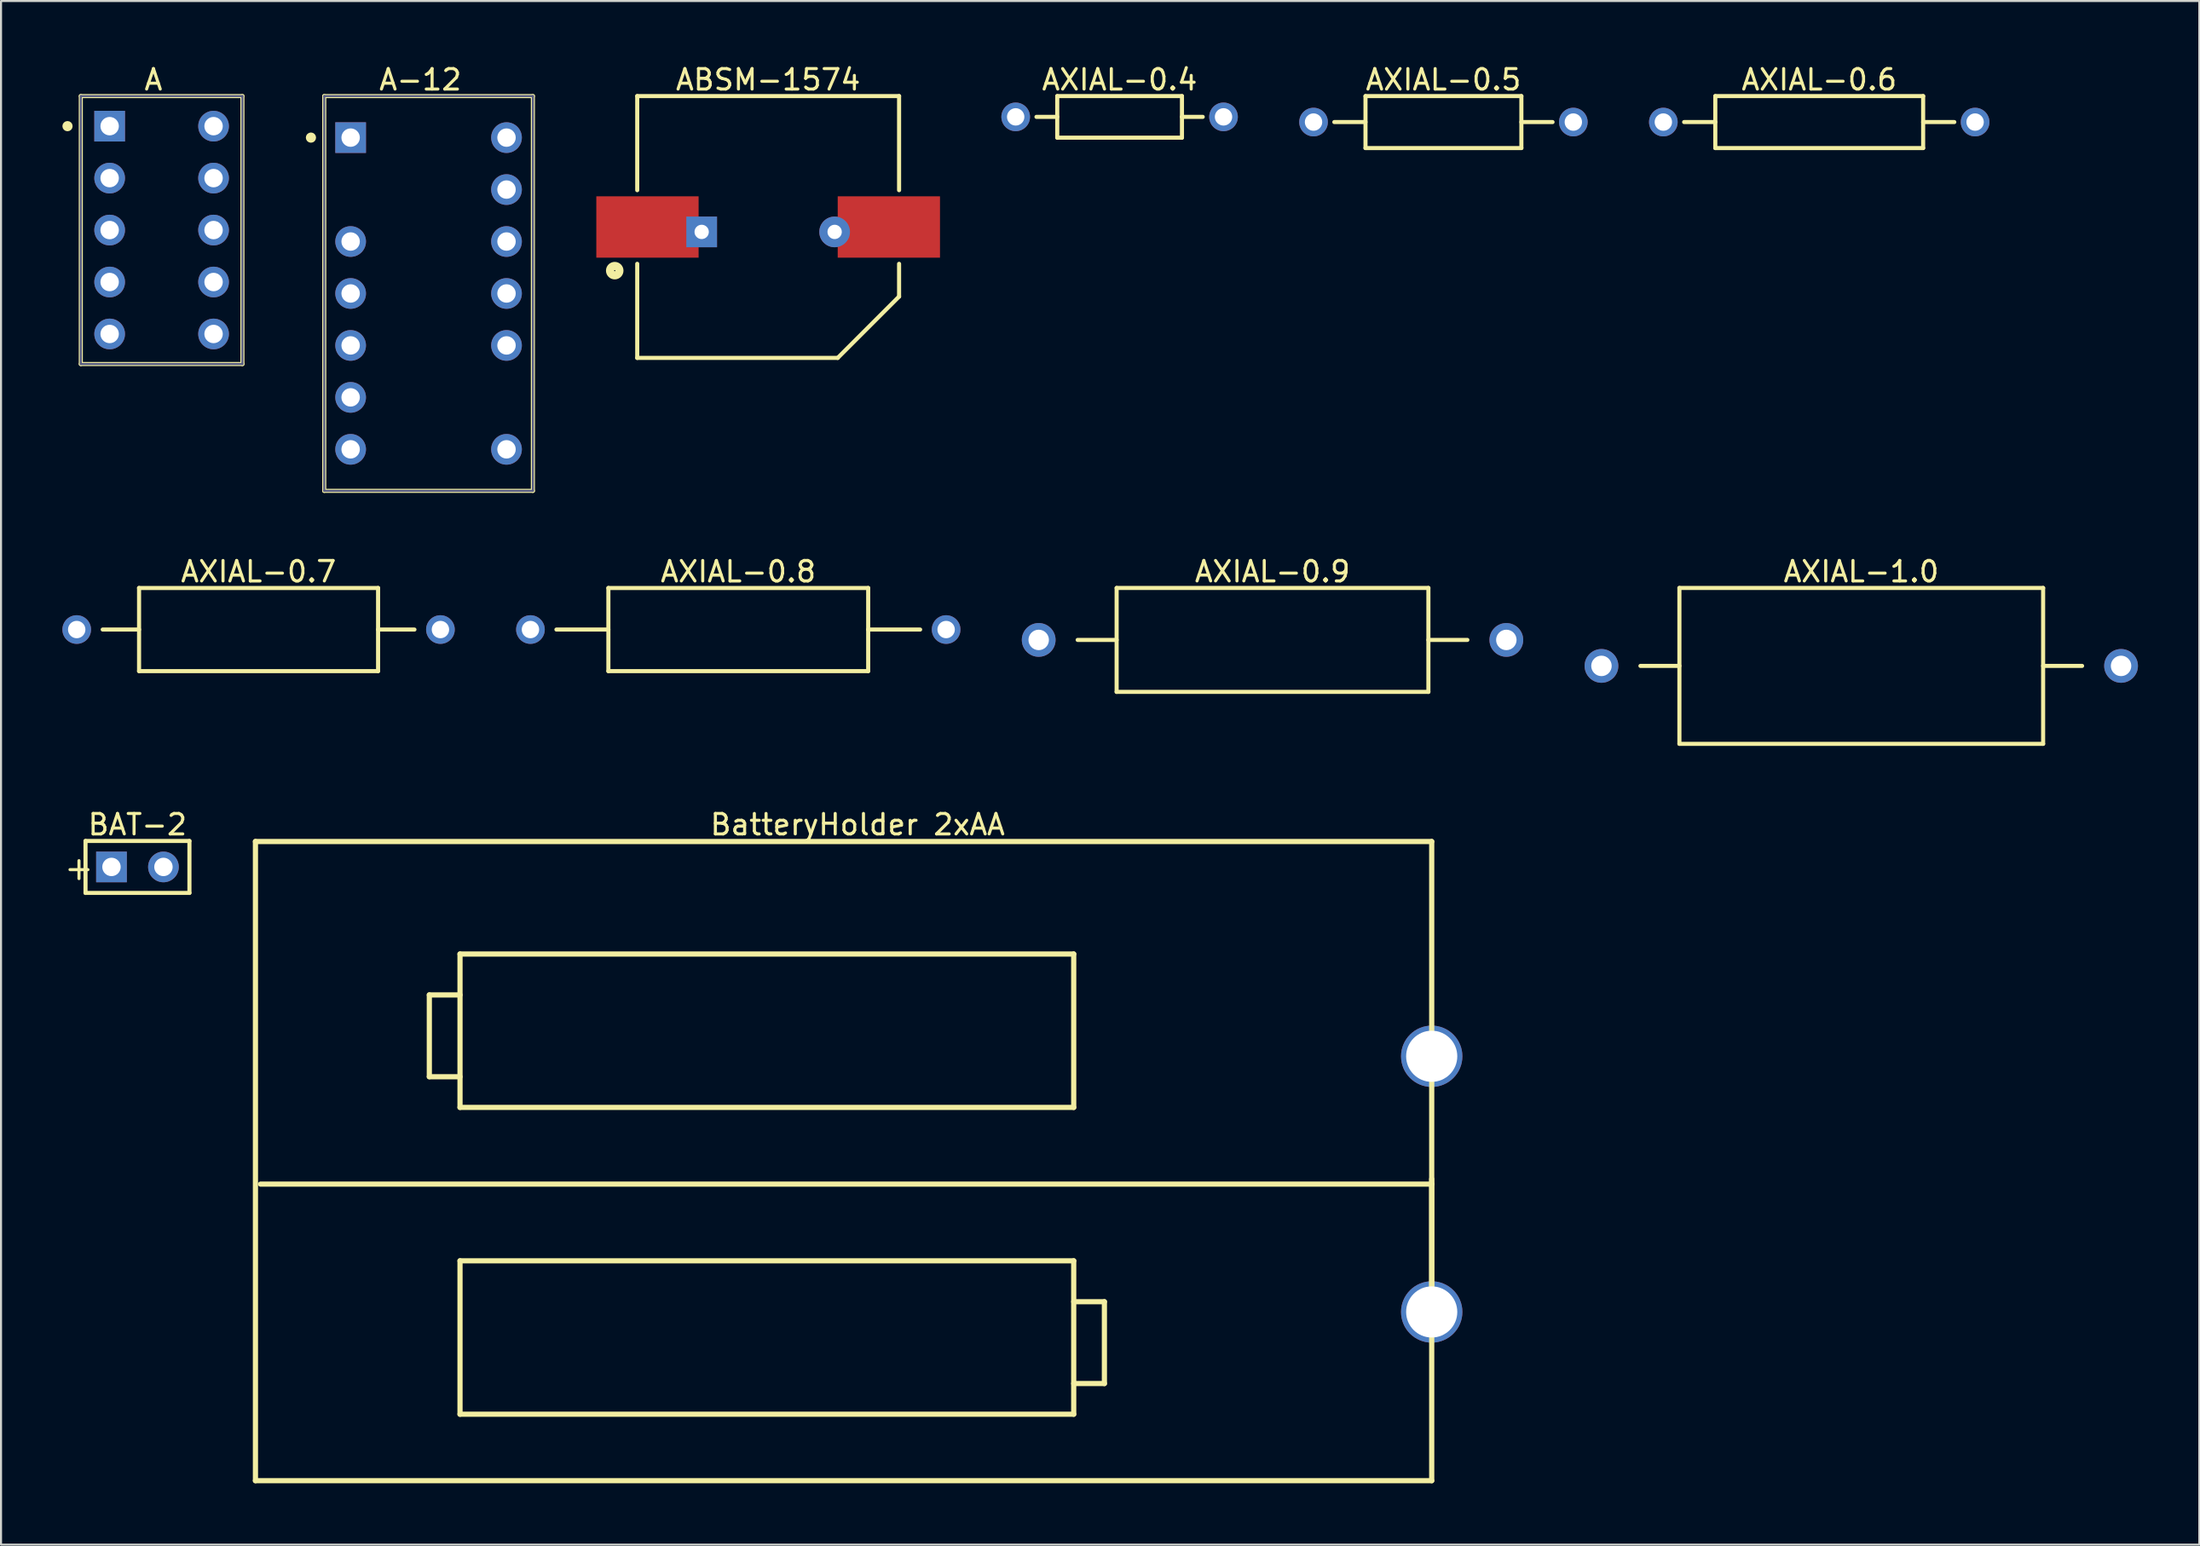
<source format=kicad_pcb>
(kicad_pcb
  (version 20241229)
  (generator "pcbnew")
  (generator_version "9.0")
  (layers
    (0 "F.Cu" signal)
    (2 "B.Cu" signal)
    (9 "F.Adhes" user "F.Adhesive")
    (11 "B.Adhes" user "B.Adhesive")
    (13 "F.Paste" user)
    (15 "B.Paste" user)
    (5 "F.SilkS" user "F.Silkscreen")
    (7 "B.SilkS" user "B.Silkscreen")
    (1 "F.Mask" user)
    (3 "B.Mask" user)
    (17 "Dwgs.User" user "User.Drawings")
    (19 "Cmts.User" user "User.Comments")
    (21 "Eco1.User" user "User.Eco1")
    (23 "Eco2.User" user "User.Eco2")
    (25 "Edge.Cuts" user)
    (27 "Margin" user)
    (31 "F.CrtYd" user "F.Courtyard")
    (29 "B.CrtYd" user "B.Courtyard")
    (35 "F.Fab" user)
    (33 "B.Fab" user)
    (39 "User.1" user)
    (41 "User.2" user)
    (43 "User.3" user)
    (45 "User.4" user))
  (footprint "AXIAL-0.4"
    (layer "F.Cu")
    (at 51.68 2.664)
    (property "Reference" "AXIAL-0.4" (at 0 -1.816 0) (layer "F.SilkS") (effects (font (size 1 1) (thickness 0.15))))
    (fp_line (start -4.064 0) (end -3.048 0) (stroke (width 0.2) (type solid)) (layer "F.SilkS"))
    (fp_line (start -3.048 -1.016) (end 3.048 -1.016) (stroke (width 0.2) (type solid)) (layer "F.SilkS"))
    (fp_line (start -3.048 1.016) (end -3.048 -1.016) (stroke (width 0.2) (type solid)) (layer "F.SilkS"))
    (fp_line (start -3.048 1.016) (end 3.048 1.016) (stroke (width 0.2) (type solid)) (layer "F.SilkS"))
    (fp_line (start 3.048 0) (end 4.064 0) (stroke (width 0.2) (type solid)) (layer "F.SilkS"))
    (fp_line (start 3.048 1.016) (end 3.048 -1.016) (stroke (width 0.2) (type solid)) (layer "F.SilkS"))
    (pad "1" thru_hole circle (at -5.08 0) (size 1.4 1.4) (drill 0.85) (layers "*.Cu" "*.Mask"))
    (pad "2" thru_hole circle (at 5.08 0) (size 1.4 1.4) (drill 0.85) (layers "*.Cu" "*.Mask")))
  (footprint "AXIAL-0.7"
    (layer "F.Cu")
    (at 9.59 27.729)
    (property "Reference" "AXIAL-0.7" (at 0 -2.832 0) (layer "F.SilkS") (effects (font (size 1 1) (thickness 0.15))))
    (fp_line (start -7.62 0) (end -5.842 0) (stroke (width 0.2) (type solid)) (layer "F.SilkS"))
    (fp_line (start -5.842 -2.032) (end 5.842 -2.032) (stroke (width 0.2) (type solid)) (layer "F.SilkS"))
    (fp_line (start -5.842 2.032) (end -5.842 -2.032) (stroke (width 0.2) (type solid)) (layer "F.SilkS"))
    (fp_line (start -5.842 2.032) (end 5.842 2.032) (stroke (width 0.2) (type solid)) (layer "F.SilkS"))
    (fp_line (start 5.842 0) (end 7.62 0) (stroke (width 0.2) (type solid)) (layer "F.SilkS"))
    (fp_line (start 5.842 2.032) (end 5.842 -2.032) (stroke (width 0.2) (type solid)) (layer "F.SilkS"))
    (pad "1" thru_hole circle (at -8.89 0) (size 1.4 1.4) (drill 0.85) (layers "*.Cu" "*.Mask"))
    (pad "2" thru_hole circle (at 8.89 0) (size 1.4 1.4) (drill 0.85) (layers "*.Cu" "*.Mask")))
  (footprint "AXIAL-0.9"
    (layer "F.Cu")
    (at 59.155 28.236)
    (property "Reference" "AXIAL-0.9" (at 0 -3.34 0) (layer "F.SilkS") (effects (font (size 1 1) (thickness 0.15))))
    (fp_line (start -9.525 0) (end -7.62 0) (stroke (width 0.2) (type solid)) (layer "F.SilkS"))
    (fp_line (start -7.62 -2.54) (end 7.62 -2.54) (stroke (width 0.2) (type solid)) (layer "F.SilkS"))
    (fp_line (start -7.62 2.54) (end -7.62 -2.54) (stroke (width 0.2) (type solid)) (layer "F.SilkS"))
    (fp_line (start -7.62 2.54) (end 7.62 2.54) (stroke (width 0.2) (type solid)) (layer "F.SilkS"))
    (fp_line (start 7.62 0) (end 9.525 0) (stroke (width 0.2) (type solid)) (layer "F.SilkS"))
    (fp_line (start 7.62 2.54) (end 7.62 -2.54) (stroke (width 0.2) (type solid)) (layer "F.SilkS"))
    (pad "1" thru_hole circle (at -11.43 0) (size 1.65 1.65) (drill 1) (layers "*.Cu" "*.Mask"))
    (pad "2" thru_hole circle (at 11.43 0) (size 1.65 1.65) (drill 1) (layers "*.Cu" "*.Mask")))
  (footprint "AXIAL-0.8"
    (layer "F.Cu")
    (at 33.04 27.729)
    (property "Reference" "AXIAL-0.8" (at 0 -2.832 0) (layer "F.SilkS") (effects (font (size 1 1) (thickness 0.15))))
    (fp_line (start -8.89 0) (end -6.35 0) (stroke (width 0.2) (type solid)) (layer "F.SilkS"))
    (fp_line (start -6.35 -2.032) (end 6.35 -2.032) (stroke (width 0.2) (type solid)) (layer "F.SilkS"))
    (fp_line (start -6.35 2.032) (end -6.35 -2.032) (stroke (width 0.2) (type solid)) (layer "F.SilkS"))
    (fp_line (start -6.35 2.032) (end 6.35 2.032) (stroke (width 0.2) (type solid)) (layer "F.SilkS"))
    (fp_line (start 6.35 0) (end 8.89 0) (stroke (width 0.2) (type solid)) (layer "F.SilkS"))
    (fp_line (start 6.35 2.032) (end 6.35 -2.032) (stroke (width 0.2) (type solid)) (layer "F.SilkS"))
    (pad "1" thru_hole circle (at -10.16 0) (size 1.4 1.4) (drill 0.85) (layers "*.Cu" "*.Mask"))
    (pad "2" thru_hole circle (at 10.16 0) (size 1.4 1.4) (drill 0.85) (layers "*.Cu" "*.Mask")))
  (footprint "BAT-2"
    (layer "F.Cu")
    (at 3.67 39.335)
    (property "Reference" "BAT-2" (at 0 -2.07 0) (layer "F.SilkS") (effects (font (size 1 1) (thickness 0.15))))
    (fp_line (start -2.54 -1.27) (end 2.54 -1.27) (stroke (width 0.2) (type solid)) (layer "F.SilkS"))
    (fp_line (start -2.54 1.27) (end -2.54 -1.27) (stroke (width 0.2) (type solid)) (layer "F.SilkS"))
    (fp_line (start -2.54 1.27) (end 2.54 1.27) (stroke (width 0.2) (type solid)) (layer "F.SilkS"))
    (fp_line (start 2.54 1.27) (end 2.54 -1.27) (stroke (width 0.2) (type solid)) (layer "F.SilkS"))
    (fp_text user "+" (at -3.67 0.718 0) (unlocked yes) (layer "F.SilkS") (effects (font (size 1.15 1.15) (thickness 0.15)) (justify left bottom)))
    (pad "1" thru_hole rect (at -1.27 0) (size 1.5 1.5) (drill 0.9) (layers "*.Cu" "*.Mask"))
    (pad "2" thru_hole circle (at 1.27 0) (size 1.5 1.5) (drill 0.9) (layers "*.Cu" "*.Mask")))
  (footprint "A"
    (layer "F.Cu")
    (at 4.85 8.198)
    (property "Reference" "A" (at -0.4 -7.35 0) (layer "F.SilkS") (effects (font (size 1 1) (thickness 0.15))))
    (fp_line (start -3.95 -6.55) (end 3.95 -6.55) (stroke (width 0.2) (type solid)) (layer "F.SilkS"))
    (fp_line (start -3.95 6.55) (end -3.95 -6.55) (stroke (width 0.2) (type solid)) (layer "F.SilkS"))
    (fp_line (start -3.95 6.55) (end 3.95 6.55) (stroke (width 0.2) (type solid)) (layer "F.SilkS"))
    (fp_line (start 3.95 6.55) (end 3.95 -6.55) (stroke (width 0.2) (type solid)) (layer "F.SilkS"))
    (fp_circle (center -4.6 -5.08) (end -4.6 -5.205) (stroke (width 0.25) (type solid)) (fill no) (layer "F.SilkS"))
    (fp_line (start -3.95 -6.55) (end 3.95 -6.55) (stroke (width 0.1) (type solid)) (layer "B.Fab"))
    (fp_line (start -3.95 6.55) (end -3.95 -6.55) (stroke (width 0.1) (type solid)) (layer "B.Fab"))
    (fp_line (start -3.95 6.55) (end 3.95 6.55) (stroke (width 0.1) (type solid)) (layer "B.Fab"))
    (fp_line (start 3.95 6.55) (end 3.95 -6.55) (stroke (width 0.1) (type solid)) (layer "B.Fab"))
    (fp_line (start -2.19 2.69) (end -1.81 0.52) (stroke (width 0.762) (type solid)) (layer "User.1"))
    (fp_line (start -1.58 -0.76) (end -1.22 -2.84) (stroke (width 0.762) (type solid)) (layer "User.1"))
    (fp_line (start -1.56 3.43) (end 0.36 3.43) (stroke (width 0.762) (type solid)) (layer "User.1"))
    (fp_line (start -1.004 0) (end 1.004 0) (stroke (width 0.762) (type solid)) (layer "User.1"))
    (fp_line (start -0.34 -3.43) (end 1.55 -3.43) (stroke (width 0.762) (type solid)) (layer "User.1"))
    (fp_line (start 1.22 2.89) (end 1.59 0.76) (stroke (width 0.762) (type solid)) (layer "User.1"))
    (fp_line (start 1.82 -0.56) (end 2.2 -2.69) (stroke (width 0.762) (type solid)) (layer "User.1"))
    (fp_circle (center 2.97 3.38) (end 2.97 3.23) (stroke (width 0.86) (type solid)) (fill no) (layer "User.1"))
    (pad "1" thru_hole rect (at -2.54 -5.08) (size 1.5 1.5) (drill 0.9) (layers "*.Cu" "*.Mask"))
    (pad "2" thru_hole circle (at -2.54 -2.54) (size 1.5 1.5) (drill 0.9) (layers "*.Cu" "*.Mask"))
    (pad "3" thru_hole circle (at -2.54 0) (size 1.5 1.5) (drill 0.9) (layers "*.Cu" "*.Mask"))
    (pad "4" thru_hole circle (at -2.54 2.54) (size 1.5 1.5) (drill 0.9) (layers "*.Cu" "*.Mask"))
    (pad "5" thru_hole circle (at -2.54 5.08) (size 1.5 1.5) (drill 0.9) (layers "*.Cu" "*.Mask"))
    (pad "6" thru_hole circle (at 2.54 5.08) (size 1.5 1.5) (drill 0.9) (layers "*.Cu" "*.Mask"))
    (pad "7" thru_hole circle (at 2.54 2.54) (size 1.5 1.5) (drill 0.9) (layers "*.Cu" "*.Mask"))
    (pad "8" thru_hole circle (at 2.54 0) (size 1.5 1.5) (drill 0.9) (layers "*.Cu" "*.Mask"))
    (pad "9" thru_hole circle (at 2.54 -2.54) (size 1.5 1.5) (drill 0.9) (layers "*.Cu" "*.Mask"))
    (pad "10" thru_hole circle (at 2.54 -5.08) (size 1.5 1.5) (drill 0.9) (layers "*.Cu" "*.Mask")))
  (footprint "ABSM-1574"
    (layer "F.Cu")
    (at 28.6 8.048)
    (property "Reference" "ABSM-1574" (at 5.9 -7.2 0) (layer "F.SilkS") (effects (font (size 1 1) (thickness 0.15))))
    (fp_line (start -0.5 -6.4) (end 12.3 -6.4) (stroke (width 0.2) (type solid)) (layer "F.SilkS"))
    (fp_line (start -0.5 -1.8) (end -0.5 -6.4) (stroke (width 0.2) (type solid)) (layer "F.SilkS"))
    (fp_line (start -0.5 6.4) (end -0.5 1.8) (stroke (width 0.2) (type solid)) (layer "F.SilkS"))
    (fp_line (start -0.5 6.4) (end 9.3 6.4) (stroke (width 0.2) (type solid)) (layer "F.SilkS"))
    (fp_line (start 9.3 6.4) (end 12.3 3.4) (stroke (width 0.2) (type solid)) (layer "F.SilkS"))
    (fp_line (start 12.3 -1.8) (end 12.3 -6.4) (stroke (width 0.2) (type solid)) (layer "F.SilkS"))
    (fp_line (start 12.3 3.4) (end 12.3 1.8) (stroke (width 0.2) (type solid)) (layer "F.SilkS"))
    (fp_circle (center -1.6 2.134) (end -1.6 1.906) (stroke (width 0.4) (type solid)) (fill no) (layer "F.SilkS"))
    (pad "1" smd rect (at 0 0 90) (size 3 5) (layers "F.Cu" "F.Mask" "F.Paste"))
    (pad "1A" thru_hole rect (at 2.65 0.24) (size 1.5 1.5) (drill 0.7) (layers "*.Cu" "*.Mask"))
    (pad "2" smd rect (at 11.8 0 90) (size 3 5) (layers "F.Cu" "F.Mask" "F.Paste"))
    (pad "2A" thru_hole circle (at 9.15 0.24) (size 1.5 1.5) (drill 0.7) (layers "*.Cu" "*.Mask")))
  (footprint "AXIAL-1.0"
    (layer "F.Cu")
    (at 87.935 29.506)
    (property "Reference" "AXIAL-1.0" (at 0 -4.61 0) (layer "F.SilkS") (effects (font (size 1 1) (thickness 0.15))))
    (fp_line (start -10.795 0) (end -8.89 0) (stroke (width 0.2) (type solid)) (layer "F.SilkS"))
    (fp_line (start -8.89 -3.81) (end 8.89 -3.81) (stroke (width 0.2) (type solid)) (layer "F.SilkS"))
    (fp_line (start -8.89 3.81) (end -8.89 -3.81) (stroke (width 0.2) (type solid)) (layer "F.SilkS"))
    (fp_line (start -8.89 3.81) (end 8.89 3.81) (stroke (width 0.2) (type solid)) (layer "F.SilkS"))
    (fp_line (start 8.89 0) (end 10.795 0) (stroke (width 0.2) (type solid)) (layer "F.SilkS"))
    (fp_line (start 8.89 3.81) (end 8.89 -3.81) (stroke (width 0.2) (type solid)) (layer "F.SilkS"))
    (pad "1" thru_hole circle (at -12.7 0) (size 1.65 1.65) (drill 1) (layers "*.Cu" "*.Mask"))
    (pad "2" thru_hole circle (at 12.7 0) (size 1.65 1.65) (drill 1) (layers "*.Cu" "*.Mask")))
  (footprint "BatteryHolder 2xAA"
    (layer "F.Cu")
    (at 66.937 48.592)
    (property "Reference" "BatteryHolder 2xAA" (at -28.064 -11.327 0) (layer "F.SilkS") (effects (font (size 1 1) (thickness 0.15))))
    (fp_line (start -57.5 -10.5) (end 0 -10.5) (stroke (width 0.254) (type solid)) (layer "F.SilkS"))
    (fp_line (start -57.5 20.75) (end -57.5 -10.5) (stroke (width 0.254) (type solid)) (layer "F.SilkS"))
    (fp_line (start -57.5 20.75) (end 0 20.75) (stroke (width 0.254) (type solid)) (layer "F.SilkS"))
    (fp_line (start -57.25 6.25) (end 0 6.25) (stroke (width 0.254) (type solid)) (layer "F.SilkS"))
    (fp_line (start -49 -3) (end -47.5 -3) (stroke (width 0.254) (type solid)) (layer "F.SilkS"))
    (fp_line (start -49 1) (end -49 -3) (stroke (width 0.254) (type solid)) (layer "F.SilkS"))
    (fp_line (start -49 1) (end -47.5 1) (stroke (width 0.254) (type solid)) (layer "F.SilkS"))
    (fp_line (start -47.5 -5) (end -17.5 -5) (stroke (width 0.254) (type solid)) (layer "F.SilkS"))
    (fp_line (start -47.5 2.5) (end -47.5 -5) (stroke (width 0.254) (type solid)) (layer "F.SilkS"))
    (fp_line (start -47.5 2.5) (end -17.5 2.5) (stroke (width 0.254) (type solid)) (layer "F.SilkS"))
    (fp_line (start -47.5 10) (end -17.5 10) (stroke (width 0.254) (type solid)) (layer "F.SilkS"))
    (fp_line (start -47.5 17.5) (end -47.5 10) (stroke (width 0.254) (type solid)) (layer "F.SilkS"))
    (fp_line (start -47.5 17.5) (end -17.5 17.5) (stroke (width 0.254) (type solid)) (layer "F.SilkS"))
    (fp_line (start -17.5 2.5) (end -17.5 -5) (stroke (width 0.254) (type solid)) (layer "F.SilkS"))
    (fp_line (start -17.5 12) (end -16 12) (stroke (width 0.254) (type solid)) (layer "F.SilkS"))
    (fp_line (start -17.5 16) (end -16 16) (stroke (width 0.254) (type solid)) (layer "F.SilkS"))
    (fp_line (start -17.5 17.5) (end -17.5 10) (stroke (width 0.254) (type solid)) (layer "F.SilkS"))
    (fp_line (start -16 16) (end -16 12) (stroke (width 0.254) (type solid)) (layer "F.SilkS"))
    (fp_line (start 0 0) (end 0 -10.5) (stroke (width 0.254) (type solid)) (layer "F.SilkS"))
    (fp_line (start 0 6.25) (end 0 6) (stroke (width 0.254) (type solid)) (layer "F.SilkS"))
    (fp_line (start 0 12.5) (end 0 0) (stroke (width 0.254) (type solid)) (layer "F.SilkS"))
    (fp_line (start 0 20.75) (end 0 6.25) (stroke (width 0.254) (type solid)) (layer "F.SilkS"))
    (pad "+" thru_hole circle (at 0 12.5) (size 3 3) (drill 2.5) (layers "*.Cu" "*.Mask"))
    (pad "-" thru_hole circle (at 0 0) (size 3 3) (drill 2.5) (layers "*.Cu" "*.Mask")))
  (footprint "AXIAL-0.5"
    (layer "F.Cu")
    (at 67.51 2.918)
    (property "Reference" "AXIAL-0.5" (at 0 -2.07 0) (layer "F.SilkS") (effects (font (size 1 1) (thickness 0.15))))
    (fp_line (start -5.334 0) (end -3.81 0) (stroke (width 0.2) (type solid)) (layer "F.SilkS"))
    (fp_line (start -3.81 -1.27) (end 3.81 -1.27) (stroke (width 0.2) (type solid)) (layer "F.SilkS"))
    (fp_line (start -3.81 1.27) (end -3.81 -1.27) (stroke (width 0.2) (type solid)) (layer "F.SilkS"))
    (fp_line (start -3.81 1.27) (end 3.81 1.27) (stroke (width 0.2) (type solid)) (layer "F.SilkS"))
    (fp_line (start 3.81 0) (end 5.334 0) (stroke (width 0.2) (type solid)) (layer "F.SilkS"))
    (fp_line (start 3.81 1.27) (end 3.81 -1.27) (stroke (width 0.2) (type solid)) (layer "F.SilkS"))
    (pad "1" thru_hole circle (at -6.35 0) (size 1.4 1.4) (drill 0.85) (layers "*.Cu" "*.Mask"))
    (pad "2" thru_hole circle (at 6.35 0) (size 1.4 1.4) (drill 0.85) (layers "*.Cu" "*.Mask")))
  (footprint "AXIAL-0.6"
    (layer "F.Cu")
    (at 85.88 2.918)
    (property "Reference" "AXIAL-0.6" (at 0 -2.07 0) (layer "F.SilkS") (effects (font (size 1 1) (thickness 0.15))))
    (fp_line (start -6.604 0) (end -5.08 0) (stroke (width 0.2) (type solid)) (layer "F.SilkS"))
    (fp_line (start -5.08 -1.27) (end 5.08 -1.27) (stroke (width 0.2) (type solid)) (layer "F.SilkS"))
    (fp_line (start -5.08 1.27) (end -5.08 -1.27) (stroke (width 0.2) (type solid)) (layer "F.SilkS"))
    (fp_line (start -5.08 1.27) (end 5.08 1.27) (stroke (width 0.2) (type solid)) (layer "F.SilkS"))
    (fp_line (start 5.08 0) (end 6.604 0) (stroke (width 0.2) (type solid)) (layer "F.SilkS"))
    (fp_line (start 5.08 1.27) (end 5.08 -1.27) (stroke (width 0.2) (type solid)) (layer "F.SilkS"))
    (pad "1" thru_hole circle (at -7.62 0) (size 1.4 1.4) (drill 0.85) (layers "*.Cu" "*.Mask"))
    (pad "2" thru_hole circle (at 7.62 0) (size 1.4 1.4) (drill 0.85) (layers "*.Cu" "*.Mask")))
  (footprint "A-12"
    (layer "F.Cu")
    (at 17.9 11.298)
    (property "Reference" "A-12" (at -0.4 -10.45 0) (layer "F.SilkS") (effects (font (size 1 1) (thickness 0.15))))
    (fp_line (start -5.1 -9.65) (end 5.1 -9.65) (stroke (width 0.2) (type solid)) (layer "F.SilkS"))
    (fp_line (start -5.1 9.65) (end -5.1 -9.65) (stroke (width 0.2) (type solid)) (layer "F.SilkS"))
    (fp_line (start -5.1 9.65) (end 5.1 9.65) (stroke (width 0.2) (type solid)) (layer "F.SilkS"))
    (fp_line (start 5.1 9.65) (end 5.1 -9.65) (stroke (width 0.2) (type solid)) (layer "F.SilkS"))
    (fp_circle (center -5.75 -7.62) (end -5.75 -7.745) (stroke (width 0.25) (type solid)) (fill no) (layer "F.SilkS"))
    (fp_line (start -5.1 -9.65) (end 5.1 -9.65) (stroke (width 0.1) (type solid)) (layer "B.Fab"))
    (fp_line (start -5.1 9.65) (end -5.1 -9.65) (stroke (width 0.1) (type solid)) (layer "B.Fab"))
    (fp_line (start -5.1 9.65) (end 5.1 9.65) (stroke (width 0.1) (type solid)) (layer "B.Fab"))
    (fp_line (start 5.1 9.65) (end 5.1 -9.65) (stroke (width 0.1) (type solid)) (layer "B.Fab"))
    (fp_line (start -2.83 0) (end -0.17 0) (stroke (width 0.762) (type solid)) (layer "User.1"))
    (fp_line (start -1.911 1.799) (end -1.764 0.962) (stroke (width 0.762) (type solid)) (layer "User.1"))
    (fp_line (start -1.427 -0.961) (end -1.28 -1.8) (stroke (width 0.762) (type solid)) (layer "User.1"))
    (fp_line (start 1.63 3.262) (end 2.071 0.764) (stroke (width 0.762) (type solid)) (layer "User.1"))
    (fp_line (start 2.303 -0.565) (end 2.747 -3.084) (stroke (width 0.762) (type solid)) (layer "User.1"))
    (fp_circle (center 4.19 4.139) (end 4.19 3.969) (stroke (width 0.86) (type solid)) (fill no) (layer "User.1"))
    (pad "1" thru_hole rect (at -3.81 -7.62 90) (size 1.5 1.5) (drill 0.9) (layers "*.Cu" "*.Mask"))
    (pad "3" thru_hole circle (at -3.81 -2.54 90) (size 1.5 1.5) (drill 0.9) (layers "*.Cu" "*.Mask"))
    (pad "4" thru_hole circle (at -3.81 0 90) (size 1.5 1.5) (drill 0.9) (layers "*.Cu" "*.Mask"))
    (pad "5" thru_hole circle (at -3.81 2.54 90) (size 1.5 1.5) (drill 0.9) (layers "*.Cu" "*.Mask"))
    (pad "6" thru_hole circle (at -3.81 5.08 90) (size 1.5 1.5) (drill 0.9) (layers "*.Cu" "*.Mask"))
    (pad "7" thru_hole circle (at -3.81 7.62 90) (size 1.5 1.5) (drill 0.9) (layers "*.Cu" "*.Mask"))
    (pad "8" thru_hole circle (at 3.81 7.62 90) (size 1.5 1.5) (drill 0.9) (layers "*.Cu" "*.Mask"))
    (pad "10" thru_hole circle (at 3.81 2.54 90) (size 1.5 1.5) (drill 0.9) (layers "*.Cu" "*.Mask"))
    (pad "11" thru_hole circle (at 3.81 0 90) (size 1.5 1.5) (drill 0.9) (layers "*.Cu" "*.Mask"))
    (pad "12" thru_hole circle (at 3.81 -2.54 90) (size 1.5 1.5) (drill 0.9) (layers "*.Cu" "*.Mask"))
    (pad "13" thru_hole circle (at 3.81 -5.08 90) (size 1.5 1.5) (drill 0.9) (layers "*.Cu" "*.Mask"))
    (pad "14" thru_hole circle (at 3.81 -7.62 90) (size 1.5 1.5) (drill 0.9) (layers "*.Cu" "*.Mask")))
  (gr_rect
    (start -3 -3)
    (end 104.46 72.469)
    (stroke (width 0.1) (type default))
    (fill no)
    (layer "Edge.Cuts")))
</source>
